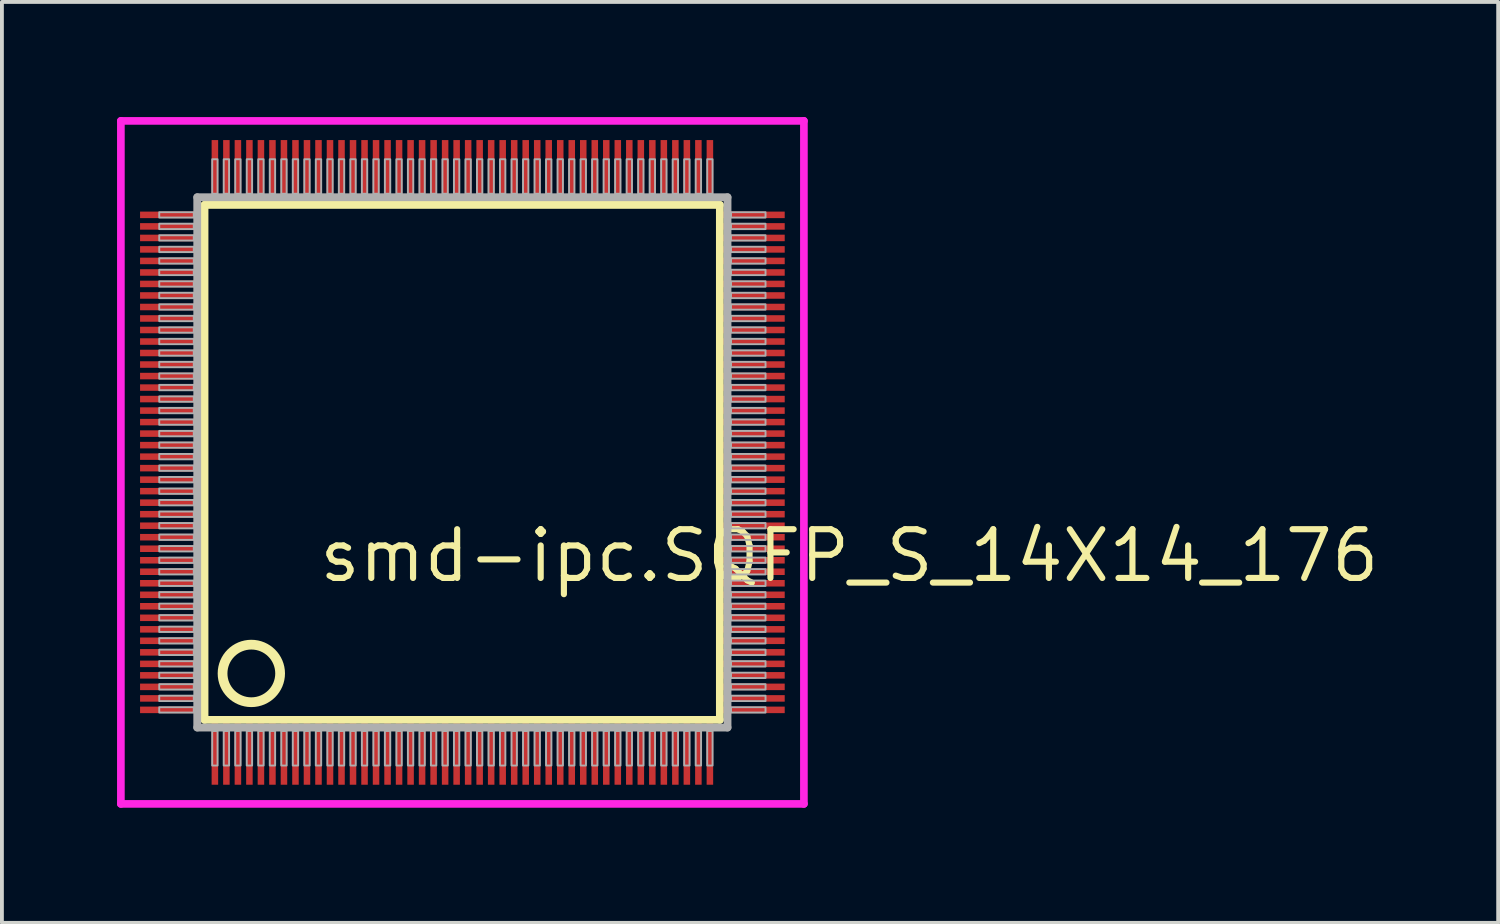
<source format=kicad_pcb>
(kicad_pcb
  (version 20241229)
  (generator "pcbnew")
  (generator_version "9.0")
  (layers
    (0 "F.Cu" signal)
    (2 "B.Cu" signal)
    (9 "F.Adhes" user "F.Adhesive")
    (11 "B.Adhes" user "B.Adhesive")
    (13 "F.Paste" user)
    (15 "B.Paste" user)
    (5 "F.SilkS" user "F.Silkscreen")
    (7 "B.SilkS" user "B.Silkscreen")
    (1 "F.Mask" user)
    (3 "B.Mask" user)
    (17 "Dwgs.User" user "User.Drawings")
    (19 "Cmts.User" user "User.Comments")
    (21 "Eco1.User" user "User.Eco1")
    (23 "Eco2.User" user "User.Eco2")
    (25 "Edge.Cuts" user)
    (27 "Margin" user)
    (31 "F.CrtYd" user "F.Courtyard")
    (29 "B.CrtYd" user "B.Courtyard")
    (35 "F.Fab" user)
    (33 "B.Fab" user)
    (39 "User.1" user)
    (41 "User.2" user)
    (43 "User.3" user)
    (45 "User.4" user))
  (footprint "smd-ipc.SQFP_S_14X14_176"
    (layer "F.Cu")
    (at 9 9)
    (property "Reference" "smd-ipc.SQFP_S_14X14_176" (at -3.81 3.175 0) (layer "F.SilkS") (effects (font (size 1.27 1.27) (thickness 0.16)) (justify left bottom)))
    (attr smd)
    (fp_line (start -6.72 -6.71) (end 6.71 -6.71) (stroke (width 0.203) (type default)) (layer "F.SilkS"))
    (fp_line (start -6.72 6.71) (end -6.72 -6.71) (stroke (width 0.203) (type default)) (layer "F.SilkS"))
    (fp_line (start 6.71 -6.71) (end 6.71 6.71) (stroke (width 0.203) (type default)) (layer "F.SilkS"))
    (fp_line (start 6.71 6.71) (end -6.72 6.71) (stroke (width 0.203) (type default)) (layer "F.SilkS"))
    (fp_circle (center -5.5 5.5) (end -4.75 5.5) (stroke (width 0.254) (type default)) (fill no) (layer "F.SilkS"))
    (fp_line (start -8.9 -8.9) (end 8.9 -8.9) (stroke (width 0.2) (type default)) (layer "F.CrtYd"))
    (fp_line (start -8.9 8.9) (end -8.9 -8.9) (stroke (width 0.2) (type default)) (layer "F.CrtYd"))
    (fp_line (start 8.9 -8.9) (end 8.9 8.9) (stroke (width 0.2) (type default)) (layer "F.CrtYd"))
    (fp_line (start 8.9 8.9) (end -8.9 8.9) (stroke (width 0.2) (type default)) (layer "F.CrtYd"))
    (fp_line (start -6.91 -6.91) (end -6.91 6.91) (stroke (width 0.203) (type default)) (layer "F.Fab"))
    (fp_line (start -6.91 6.91) (end 6.91 6.91) (stroke (width 0.203) (type default)) (layer "F.Fab"))
    (fp_line (start 6.91 -6.91) (end -6.91 -6.91) (stroke (width 0.203) (type default)) (layer "F.Fab"))
    (fp_line (start 6.91 6.91) (end 6.91 -6.91) (stroke (width 0.203) (type default)) (layer "F.Fab"))
    (fp_rect (start -7.9 -6.38) (end -7 -6.52) (stroke (width 0.05) (type default)) (fill no) (layer "F.Fab"))
    (fp_rect (start -7.9 -6.08) (end -7 -6.22) (stroke (width 0.05) (type default)) (fill no) (layer "F.Fab"))
    (fp_rect (start -7.9 -5.78) (end -7 -5.92) (stroke (width 0.05) (type default)) (fill no) (layer "F.Fab"))
    (fp_rect (start -7.9 -5.48) (end -7 -5.62) (stroke (width 0.05) (type default)) (fill no) (layer "F.Fab"))
    (fp_rect (start -7.9 -5.18) (end -7 -5.32) (stroke (width 0.05) (type default)) (fill no) (layer "F.Fab"))
    (fp_rect (start -7.9 -4.88) (end -7 -5.02) (stroke (width 0.05) (type default)) (fill no) (layer "F.Fab"))
    (fp_rect (start -7.9 -4.58) (end -7 -4.72) (stroke (width 0.05) (type default)) (fill no) (layer "F.Fab"))
    (fp_rect (start -7.9 -4.28) (end -7 -4.42) (stroke (width 0.05) (type default)) (fill no) (layer "F.Fab"))
    (fp_rect (start -7.9 -3.98) (end -7 -4.12) (stroke (width 0.05) (type default)) (fill no) (layer "F.Fab"))
    (fp_rect (start -7.9 -3.68) (end -7 -3.82) (stroke (width 0.05) (type default)) (fill no) (layer "F.Fab"))
    (fp_rect (start -7.9 -3.38) (end -7 -3.52) (stroke (width 0.05) (type default)) (fill no) (layer "F.Fab"))
    (fp_rect (start -7.9 -3.08) (end -7 -3.22) (stroke (width 0.05) (type default)) (fill no) (layer "F.Fab"))
    (fp_rect (start -7.9 -2.78) (end -7 -2.92) (stroke (width 0.05) (type default)) (fill no) (layer "F.Fab"))
    (fp_rect (start -7.9 -2.48) (end -7 -2.62) (stroke (width 0.05) (type default)) (fill no) (layer "F.Fab"))
    (fp_rect (start -7.9 -2.18) (end -7 -2.32) (stroke (width 0.05) (type default)) (fill no) (layer "F.Fab"))
    (fp_rect (start -7.9 -1.88) (end -7 -2.02) (stroke (width 0.05) (type default)) (fill no) (layer "F.Fab"))
    (fp_rect (start -7.9 -1.58) (end -7 -1.72) (stroke (width 0.05) (type default)) (fill no) (layer "F.Fab"))
    (fp_rect (start -7.9 -1.28) (end -7 -1.42) (stroke (width 0.05) (type default)) (fill no) (layer "F.Fab"))
    (fp_rect (start -7.9 -0.98) (end -7 -1.12) (stroke (width 0.05) (type default)) (fill no) (layer "F.Fab"))
    (fp_rect (start -7.9 -0.68) (end -7 -0.82) (stroke (width 0.05) (type default)) (fill no) (layer "F.Fab"))
    (fp_rect (start -7.9 -0.38) (end -7 -0.52) (stroke (width 0.05) (type default)) (fill no) (layer "F.Fab"))
    (fp_rect (start -7.9 -0.08) (end -7 -0.22) (stroke (width 0.05) (type default)) (fill no) (layer "F.Fab"))
    (fp_rect (start -7.9 0.22) (end -7 0.08) (stroke (width 0.05) (type default)) (fill no) (layer "F.Fab"))
    (fp_rect (start -7.9 0.52) (end -7 0.38) (stroke (width 0.05) (type default)) (fill no) (layer "F.Fab"))
    (fp_rect (start -7.9 0.82) (end -7 0.68) (stroke (width 0.05) (type default)) (fill no) (layer "F.Fab"))
    (fp_rect (start -7.9 1.12) (end -7 0.98) (stroke (width 0.05) (type default)) (fill no) (layer "F.Fab"))
    (fp_rect (start -7.9 1.42) (end -7 1.28) (stroke (width 0.05) (type default)) (fill no) (layer "F.Fab"))
    (fp_rect (start -7.9 1.72) (end -7 1.58) (stroke (width 0.05) (type default)) (fill no) (layer "F.Fab"))
    (fp_rect (start -7.9 2.02) (end -7 1.88) (stroke (width 0.05) (type default)) (fill no) (layer "F.Fab"))
    (fp_rect (start -7.9 2.32) (end -7 2.18) (stroke (width 0.05) (type default)) (fill no) (layer "F.Fab"))
    (fp_rect (start -7.9 2.62) (end -7 2.48) (stroke (width 0.05) (type default)) (fill no) (layer "F.Fab"))
    (fp_rect (start -7.9 2.92) (end -7 2.78) (stroke (width 0.05) (type default)) (fill no) (layer "F.Fab"))
    (fp_rect (start -7.9 3.22) (end -7 3.08) (stroke (width 0.05) (type default)) (fill no) (layer "F.Fab"))
    (fp_rect (start -7.9 3.52) (end -7 3.38) (stroke (width 0.05) (type default)) (fill no) (layer "F.Fab"))
    (fp_rect (start -7.9 3.82) (end -7 3.68) (stroke (width 0.05) (type default)) (fill no) (layer "F.Fab"))
    (fp_rect (start -7.9 4.12) (end -7 3.98) (stroke (width 0.05) (type default)) (fill no) (layer "F.Fab"))
    (fp_rect (start -7.9 4.42) (end -7 4.28) (stroke (width 0.05) (type default)) (fill no) (layer "F.Fab"))
    (fp_rect (start -7.9 4.72) (end -7 4.58) (stroke (width 0.05) (type default)) (fill no) (layer "F.Fab"))
    (fp_rect (start -7.9 5.02) (end -7 4.88) (stroke (width 0.05) (type default)) (fill no) (layer "F.Fab"))
    (fp_rect (start -7.9 5.32) (end -7 5.18) (stroke (width 0.05) (type default)) (fill no) (layer "F.Fab"))
    (fp_rect (start -7.9 5.62) (end -7 5.48) (stroke (width 0.05) (type default)) (fill no) (layer "F.Fab"))
    (fp_rect (start -7.9 5.92) (end -7 5.78) (stroke (width 0.05) (type default)) (fill no) (layer "F.Fab"))
    (fp_rect (start -7.9 6.22) (end -7 6.08) (stroke (width 0.05) (type default)) (fill no) (layer "F.Fab"))
    (fp_rect (start -7.9 6.52) (end -7 6.38) (stroke (width 0.05) (type default)) (fill no) (layer "F.Fab"))
    (fp_rect (start -6.52 -7) (end -6.38 -7.9) (stroke (width 0.05) (type default)) (fill no) (layer "F.Fab"))
    (fp_rect (start -6.52 7.9) (end -6.38 7) (stroke (width 0.05) (type default)) (fill no) (layer "F.Fab"))
    (fp_rect (start -6.22 -7) (end -6.08 -7.9) (stroke (width 0.05) (type default)) (fill no) (layer "F.Fab"))
    (fp_rect (start -6.22 7.9) (end -6.08 7) (stroke (width 0.05) (type default)) (fill no) (layer "F.Fab"))
    (fp_rect (start -5.92 -7) (end -5.78 -7.9) (stroke (width 0.05) (type default)) (fill no) (layer "F.Fab"))
    (fp_rect (start -5.92 7.9) (end -5.78 7) (stroke (width 0.05) (type default)) (fill no) (layer "F.Fab"))
    (fp_rect (start -5.62 -7) (end -5.48 -7.9) (stroke (width 0.05) (type default)) (fill no) (layer "F.Fab"))
    (fp_rect (start -5.62 7.9) (end -5.48 7) (stroke (width 0.05) (type default)) (fill no) (layer "F.Fab"))
    (fp_rect (start -5.32 -7) (end -5.18 -7.9) (stroke (width 0.05) (type default)) (fill no) (layer "F.Fab"))
    (fp_rect (start -5.32 7.9) (end -5.18 7) (stroke (width 0.05) (type default)) (fill no) (layer "F.Fab"))
    (fp_rect (start -5.02 -7) (end -4.88 -7.9) (stroke (width 0.05) (type default)) (fill no) (layer "F.Fab"))
    (fp_rect (start -5.02 7.9) (end -4.88 7) (stroke (width 0.05) (type default)) (fill no) (layer "F.Fab"))
    (fp_rect (start -4.72 -7) (end -4.58 -7.9) (stroke (width 0.05) (type default)) (fill no) (layer "F.Fab"))
    (fp_rect (start -4.72 7.9) (end -4.58 7) (stroke (width 0.05) (type default)) (fill no) (layer "F.Fab"))
    (fp_rect (start -4.42 -7) (end -4.28 -7.9) (stroke (width 0.05) (type default)) (fill no) (layer "F.Fab"))
    (fp_rect (start -4.42 7.9) (end -4.28 7) (stroke (width 0.05) (type default)) (fill no) (layer "F.Fab"))
    (fp_rect (start -4.12 -7) (end -3.98 -7.9) (stroke (width 0.05) (type default)) (fill no) (layer "F.Fab"))
    (fp_rect (start -4.12 7.9) (end -3.98 7) (stroke (width 0.05) (type default)) (fill no) (layer "F.Fab"))
    (fp_rect (start -3.82 -7) (end -3.68 -7.9) (stroke (width 0.05) (type default)) (fill no) (layer "F.Fab"))
    (fp_rect (start -3.82 7.9) (end -3.68 7) (stroke (width 0.05) (type default)) (fill no) (layer "F.Fab"))
    (fp_rect (start -3.52 -7) (end -3.38 -7.9) (stroke (width 0.05) (type default)) (fill no) (layer "F.Fab"))
    (fp_rect (start -3.52 7.9) (end -3.38 7) (stroke (width 0.05) (type default)) (fill no) (layer "F.Fab"))
    (fp_rect (start -3.22 -7) (end -3.08 -7.9) (stroke (width 0.05) (type default)) (fill no) (layer "F.Fab"))
    (fp_rect (start -3.22 7.9) (end -3.08 7) (stroke (width 0.05) (type default)) (fill no) (layer "F.Fab"))
    (fp_rect (start -2.92 -7) (end -2.78 -7.9) (stroke (width 0.05) (type default)) (fill no) (layer "F.Fab"))
    (fp_rect (start -2.92 7.9) (end -2.78 7) (stroke (width 0.05) (type default)) (fill no) (layer "F.Fab"))
    (fp_rect (start -2.62 -7) (end -2.48 -7.9) (stroke (width 0.05) (type default)) (fill no) (layer "F.Fab"))
    (fp_rect (start -2.62 7.9) (end -2.48 7) (stroke (width 0.05) (type default)) (fill no) (layer "F.Fab"))
    (fp_rect (start -2.32 -7) (end -2.18 -7.9) (stroke (width 0.05) (type default)) (fill no) (layer "F.Fab"))
    (fp_rect (start -2.32 7.9) (end -2.18 7) (stroke (width 0.05) (type default)) (fill no) (layer "F.Fab"))
    (fp_rect (start -2.02 -7) (end -1.88 -7.9) (stroke (width 0.05) (type default)) (fill no) (layer "F.Fab"))
    (fp_rect (start -2.02 7.9) (end -1.88 7) (stroke (width 0.05) (type default)) (fill no) (layer "F.Fab"))
    (fp_rect (start -1.72 -7) (end -1.58 -7.9) (stroke (width 0.05) (type default)) (fill no) (layer "F.Fab"))
    (fp_rect (start -1.72 7.9) (end -1.58 7) (stroke (width 0.05) (type default)) (fill no) (layer "F.Fab"))
    (fp_rect (start -1.42 -7) (end -1.28 -7.9) (stroke (width 0.05) (type default)) (fill no) (layer "F.Fab"))
    (fp_rect (start -1.42 7.9) (end -1.28 7) (stroke (width 0.05) (type default)) (fill no) (layer "F.Fab"))
    (fp_rect (start -1.12 -7) (end -0.98 -7.9) (stroke (width 0.05) (type default)) (fill no) (layer "F.Fab"))
    (fp_rect (start -1.12 7.9) (end -0.98 7) (stroke (width 0.05) (type default)) (fill no) (layer "F.Fab"))
    (fp_rect (start -0.82 -7) (end -0.68 -7.9) (stroke (width 0.05) (type default)) (fill no) (layer "F.Fab"))
    (fp_rect (start -0.82 7.9) (end -0.68 7) (stroke (width 0.05) (type default)) (fill no) (layer "F.Fab"))
    (fp_rect (start -0.52 -7) (end -0.38 -7.9) (stroke (width 0.05) (type default)) (fill no) (layer "F.Fab"))
    (fp_rect (start -0.52 7.9) (end -0.38 7) (stroke (width 0.05) (type default)) (fill no) (layer "F.Fab"))
    (fp_rect (start -0.22 -7) (end -0.08 -7.9) (stroke (width 0.05) (type default)) (fill no) (layer "F.Fab"))
    (fp_rect (start -0.22 7.9) (end -0.08 7) (stroke (width 0.05) (type default)) (fill no) (layer "F.Fab"))
    (fp_rect (start 0.08 -7) (end 0.22 -7.9) (stroke (width 0.05) (type default)) (fill no) (layer "F.Fab"))
    (fp_rect (start 0.08 7.9) (end 0.22 7) (stroke (width 0.05) (type default)) (fill no) (layer "F.Fab"))
    (fp_rect (start 0.38 -7) (end 0.52 -7.9) (stroke (width 0.05) (type default)) (fill no) (layer "F.Fab"))
    (fp_rect (start 0.38 7.9) (end 0.52 7) (stroke (width 0.05) (type default)) (fill no) (layer "F.Fab"))
    (fp_rect (start 0.68 -7) (end 0.82 -7.9) (stroke (width 0.05) (type default)) (fill no) (layer "F.Fab"))
    (fp_rect (start 0.68 7.9) (end 0.82 7) (stroke (width 0.05) (type default)) (fill no) (layer "F.Fab"))
    (fp_rect (start 0.98 -7) (end 1.12 -7.9) (stroke (width 0.05) (type default)) (fill no) (layer "F.Fab"))
    (fp_rect (start 0.98 7.9) (end 1.12 7) (stroke (width 0.05) (type default)) (fill no) (layer "F.Fab"))
    (fp_rect (start 1.28 -7) (end 1.42 -7.9) (stroke (width 0.05) (type default)) (fill no) (layer "F.Fab"))
    (fp_rect (start 1.28 7.9) (end 1.42 7) (stroke (width 0.05) (type default)) (fill no) (layer "F.Fab"))
    (fp_rect (start 1.58 -7) (end 1.72 -7.9) (stroke (width 0.05) (type default)) (fill no) (layer "F.Fab"))
    (fp_rect (start 1.58 7.9) (end 1.72 7) (stroke (width 0.05) (type default)) (fill no) (layer "F.Fab"))
    (fp_rect (start 1.88 -7) (end 2.02 -7.9) (stroke (width 0.05) (type default)) (fill no) (layer "F.Fab"))
    (fp_rect (start 1.88 7.9) (end 2.02 7) (stroke (width 0.05) (type default)) (fill no) (layer "F.Fab"))
    (fp_rect (start 2.18 -7) (end 2.32 -7.9) (stroke (width 0.05) (type default)) (fill no) (layer "F.Fab"))
    (fp_rect (start 2.18 7.9) (end 2.32 7) (stroke (width 0.05) (type default)) (fill no) (layer "F.Fab"))
    (fp_rect (start 2.48 -7) (end 2.62 -7.9) (stroke (width 0.05) (type default)) (fill no) (layer "F.Fab"))
    (fp_rect (start 2.48 7.9) (end 2.62 7) (stroke (width 0.05) (type default)) (fill no) (layer "F.Fab"))
    (fp_rect (start 2.78 -7) (end 2.92 -7.9) (stroke (width 0.05) (type default)) (fill no) (layer "F.Fab"))
    (fp_rect (start 2.78 7.9) (end 2.92 7) (stroke (width 0.05) (type default)) (fill no) (layer "F.Fab"))
    (fp_rect (start 3.08 -7) (end 3.22 -7.9) (stroke (width 0.05) (type default)) (fill no) (layer "F.Fab"))
    (fp_rect (start 3.08 7.9) (end 3.22 7) (stroke (width 0.05) (type default)) (fill no) (layer "F.Fab"))
    (fp_rect (start 3.38 -7) (end 3.52 -7.9) (stroke (width 0.05) (type default)) (fill no) (layer "F.Fab"))
    (fp_rect (start 3.38 7.9) (end 3.52 7) (stroke (width 0.05) (type default)) (fill no) (layer "F.Fab"))
    (fp_rect (start 3.68 -7) (end 3.82 -7.9) (stroke (width 0.05) (type default)) (fill no) (layer "F.Fab"))
    (fp_rect (start 3.68 7.9) (end 3.82 7) (stroke (width 0.05) (type default)) (fill no) (layer "F.Fab"))
    (fp_rect (start 3.98 -7) (end 4.12 -7.9) (stroke (width 0.05) (type default)) (fill no) (layer "F.Fab"))
    (fp_rect (start 3.98 7.9) (end 4.12 7) (stroke (width 0.05) (type default)) (fill no) (layer "F.Fab"))
    (fp_rect (start 4.28 -7) (end 4.42 -7.9) (stroke (width 0.05) (type default)) (fill no) (layer "F.Fab"))
    (fp_rect (start 4.28 7.9) (end 4.42 7) (stroke (width 0.05) (type default)) (fill no) (layer "F.Fab"))
    (fp_rect (start 4.58 -7) (end 4.72 -7.9) (stroke (width 0.05) (type default)) (fill no) (layer "F.Fab"))
    (fp_rect (start 4.58 7.9) (end 4.72 7) (stroke (width 0.05) (type default)) (fill no) (layer "F.Fab"))
    (fp_rect (start 4.88 -7) (end 5.02 -7.9) (stroke (width 0.05) (type default)) (fill no) (layer "F.Fab"))
    (fp_rect (start 4.88 7.9) (end 5.02 7) (stroke (width 0.05) (type default)) (fill no) (layer "F.Fab"))
    (fp_rect (start 5.18 -7) (end 5.32 -7.9) (stroke (width 0.05) (type default)) (fill no) (layer "F.Fab"))
    (fp_rect (start 5.18 7.9) (end 5.32 7) (stroke (width 0.05) (type default)) (fill no) (layer "F.Fab"))
    (fp_rect (start 5.48 -7) (end 5.62 -7.9) (stroke (width 0.05) (type default)) (fill no) (layer "F.Fab"))
    (fp_rect (start 5.48 7.9) (end 5.62 7) (stroke (width 0.05) (type default)) (fill no) (layer "F.Fab"))
    (fp_rect (start 5.78 -7) (end 5.92 -7.9) (stroke (width 0.05) (type default)) (fill no) (layer "F.Fab"))
    (fp_rect (start 5.78 7.9) (end 5.92 7) (stroke (width 0.05) (type default)) (fill no) (layer "F.Fab"))
    (fp_rect (start 6.08 -7) (end 6.22 -7.9) (stroke (width 0.05) (type default)) (fill no) (layer "F.Fab"))
    (fp_rect (start 6.08 7.9) (end 6.22 7) (stroke (width 0.05) (type default)) (fill no) (layer "F.Fab"))
    (fp_rect (start 6.38 -7) (end 6.52 -7.9) (stroke (width 0.05) (type default)) (fill no) (layer "F.Fab"))
    (fp_rect (start 6.38 7.9) (end 6.52 7) (stroke (width 0.05) (type default)) (fill no) (layer "F.Fab"))
    (fp_rect (start 7 -6.38) (end 7.9 -6.52) (stroke (width 0.05) (type default)) (fill no) (layer "F.Fab"))
    (fp_rect (start 7 -6.08) (end 7.9 -6.22) (stroke (width 0.05) (type default)) (fill no) (layer "F.Fab"))
    (fp_rect (start 7 -5.78) (end 7.9 -5.92) (stroke (width 0.05) (type default)) (fill no) (layer "F.Fab"))
    (fp_rect (start 7 -5.48) (end 7.9 -5.62) (stroke (width 0.05) (type default)) (fill no) (layer "F.Fab"))
    (fp_rect (start 7 -5.18) (end 7.9 -5.32) (stroke (width 0.05) (type default)) (fill no) (layer "F.Fab"))
    (fp_rect (start 7 -4.88) (end 7.9 -5.02) (stroke (width 0.05) (type default)) (fill no) (layer "F.Fab"))
    (fp_rect (start 7 -4.58) (end 7.9 -4.72) (stroke (width 0.05) (type default)) (fill no) (layer "F.Fab"))
    (fp_rect (start 7 -4.28) (end 7.9 -4.42) (stroke (width 0.05) (type default)) (fill no) (layer "F.Fab"))
    (fp_rect (start 7 -3.98) (end 7.9 -4.12) (stroke (width 0.05) (type default)) (fill no) (layer "F.Fab"))
    (fp_rect (start 7 -3.68) (end 7.9 -3.82) (stroke (width 0.05) (type default)) (fill no) (layer "F.Fab"))
    (fp_rect (start 7 -3.38) (end 7.9 -3.52) (stroke (width 0.05) (type default)) (fill no) (layer "F.Fab"))
    (fp_rect (start 7 -3.08) (end 7.9 -3.22) (stroke (width 0.05) (type default)) (fill no) (layer "F.Fab"))
    (fp_rect (start 7 -2.78) (end 7.9 -2.92) (stroke (width 0.05) (type default)) (fill no) (layer "F.Fab"))
    (fp_rect (start 7 -2.48) (end 7.9 -2.62) (stroke (width 0.05) (type default)) (fill no) (layer "F.Fab"))
    (fp_rect (start 7 -2.18) (end 7.9 -2.32) (stroke (width 0.05) (type default)) (fill no) (layer "F.Fab"))
    (fp_rect (start 7 -1.88) (end 7.9 -2.02) (stroke (width 0.05) (type default)) (fill no) (layer "F.Fab"))
    (fp_rect (start 7 -1.58) (end 7.9 -1.72) (stroke (width 0.05) (type default)) (fill no) (layer "F.Fab"))
    (fp_rect (start 7 -1.28) (end 7.9 -1.42) (stroke (width 0.05) (type default)) (fill no) (layer "F.Fab"))
    (fp_rect (start 7 -0.98) (end 7.9 -1.12) (stroke (width 0.05) (type default)) (fill no) (layer "F.Fab"))
    (fp_rect (start 7 -0.68) (end 7.9 -0.82) (stroke (width 0.05) (type default)) (fill no) (layer "F.Fab"))
    (fp_rect (start 7 -0.38) (end 7.9 -0.52) (stroke (width 0.05) (type default)) (fill no) (layer "F.Fab"))
    (fp_rect (start 7 -0.08) (end 7.9 -0.22) (stroke (width 0.05) (type default)) (fill no) (layer "F.Fab"))
    (fp_rect (start 7 0.22) (end 7.9 0.08) (stroke (width 0.05) (type default)) (fill no) (layer "F.Fab"))
    (fp_rect (start 7 0.52) (end 7.9 0.38) (stroke (width 0.05) (type default)) (fill no) (layer "F.Fab"))
    (fp_rect (start 7 0.82) (end 7.9 0.68) (stroke (width 0.05) (type default)) (fill no) (layer "F.Fab"))
    (fp_rect (start 7 1.12) (end 7.9 0.98) (stroke (width 0.05) (type default)) (fill no) (layer "F.Fab"))
    (fp_rect (start 7 1.42) (end 7.9 1.28) (stroke (width 0.05) (type default)) (fill no) (layer "F.Fab"))
    (fp_rect (start 7 1.72) (end 7.9 1.58) (stroke (width 0.05) (type default)) (fill no) (layer "F.Fab"))
    (fp_rect (start 7 2.02) (end 7.9 1.88) (stroke (width 0.05) (type default)) (fill no) (layer "F.Fab"))
    (fp_rect (start 7 2.32) (end 7.9 2.18) (stroke (width 0.05) (type default)) (fill no) (layer "F.Fab"))
    (fp_rect (start 7 2.62) (end 7.9 2.48) (stroke (width 0.05) (type default)) (fill no) (layer "F.Fab"))
    (fp_rect (start 7 2.92) (end 7.9 2.78) (stroke (width 0.05) (type default)) (fill no) (layer "F.Fab"))
    (fp_rect (start 7 3.22) (end 7.9 3.08) (stroke (width 0.05) (type default)) (fill no) (layer "F.Fab"))
    (fp_rect (start 7 3.52) (end 7.9 3.38) (stroke (width 0.05) (type default)) (fill no) (layer "F.Fab"))
    (fp_rect (start 7 3.82) (end 7.9 3.68) (stroke (width 0.05) (type default)) (fill no) (layer "F.Fab"))
    (fp_rect (start 7 4.12) (end 7.9 3.98) (stroke (width 0.05) (type default)) (fill no) (layer "F.Fab"))
    (fp_rect (start 7 4.42) (end 7.9 4.28) (stroke (width 0.05) (type default)) (fill no) (layer "F.Fab"))
    (fp_rect (start 7 4.72) (end 7.9 4.58) (stroke (width 0.05) (type default)) (fill no) (layer "F.Fab"))
    (fp_rect (start 7 5.02) (end 7.9 4.88) (stroke (width 0.05) (type default)) (fill no) (layer "F.Fab"))
    (fp_rect (start 7 5.32) (end 7.9 5.18) (stroke (width 0.05) (type default)) (fill no) (layer "F.Fab"))
    (fp_rect (start 7 5.62) (end 7.9 5.48) (stroke (width 0.05) (type default)) (fill no) (layer "F.Fab"))
    (fp_rect (start 7 5.92) (end 7.9 5.78) (stroke (width 0.05) (type default)) (fill no) (layer "F.Fab"))
    (fp_rect (start 7 6.22) (end 7.9 6.08) (stroke (width 0.05) (type default)) (fill no) (layer "F.Fab"))
    (fp_rect (start 7 6.52) (end 7.9 6.38) (stroke (width 0.05) (type default)) (fill no) (layer "F.Fab"))
    (pad "1" smd roundrect (at -6.45 7.6) (size 0.17 1.6) (layers "F.Cu" "F.Mask" "F.Paste") (roundrect_rratio 0.01))
    (pad "2" smd roundrect (at -6.15 7.6) (size 0.17 1.6) (layers "F.Cu" "F.Mask" "F.Paste") (roundrect_rratio 0.01))
    (pad "3" smd roundrect (at -5.85 7.6) (size 0.17 1.6) (layers "F.Cu" "F.Mask" "F.Paste") (roundrect_rratio 0.01))
    (pad "4" smd roundrect (at -5.55 7.6) (size 0.17 1.6) (layers "F.Cu" "F.Mask" "F.Paste") (roundrect_rratio 0.01))
    (pad "5" smd roundrect (at -5.25 7.6) (size 0.17 1.6) (layers "F.Cu" "F.Mask" "F.Paste") (roundrect_rratio 0.01))
    (pad "6" smd roundrect (at -4.95 7.6) (size 0.17 1.6) (layers "F.Cu" "F.Mask" "F.Paste") (roundrect_rratio 0.01))
    (pad "7" smd roundrect (at -4.65 7.6) (size 0.17 1.6) (layers "F.Cu" "F.Mask" "F.Paste") (roundrect_rratio 0.01))
    (pad "8" smd roundrect (at -4.35 7.6) (size 0.17 1.6) (layers "F.Cu" "F.Mask" "F.Paste") (roundrect_rratio 0.01))
    (pad "9" smd roundrect (at -4.05 7.6) (size 0.17 1.6) (layers "F.Cu" "F.Mask" "F.Paste") (roundrect_rratio 0.01))
    (pad "10" smd roundrect (at -3.75 7.6) (size 0.17 1.6) (layers "F.Cu" "F.Mask" "F.Paste") (roundrect_rratio 0.01))
    (pad "11" smd roundrect (at -3.45 7.6) (size 0.17 1.6) (layers "F.Cu" "F.Mask" "F.Paste") (roundrect_rratio 0.01))
    (pad "12" smd roundrect (at -3.15 7.6) (size 0.17 1.6) (layers "F.Cu" "F.Mask" "F.Paste") (roundrect_rratio 0.01))
    (pad "13" smd roundrect (at -2.85 7.6) (size 0.17 1.6) (layers "F.Cu" "F.Mask" "F.Paste") (roundrect_rratio 0.01))
    (pad "14" smd roundrect (at -2.55 7.6) (size 0.17 1.6) (layers "F.Cu" "F.Mask" "F.Paste") (roundrect_rratio 0.01))
    (pad "15" smd roundrect (at -2.25 7.6) (size 0.17 1.6) (layers "F.Cu" "F.Mask" "F.Paste") (roundrect_rratio 0.01))
    (pad "16" smd roundrect (at -1.95 7.6) (size 0.17 1.6) (layers "F.Cu" "F.Mask" "F.Paste") (roundrect_rratio 0.01))
    (pad "17" smd roundrect (at -1.65 7.6) (size 0.17 1.6) (layers "F.Cu" "F.Mask" "F.Paste") (roundrect_rratio 0.01))
    (pad "18" smd roundrect (at -1.35 7.6) (size 0.17 1.6) (layers "F.Cu" "F.Mask" "F.Paste") (roundrect_rratio 0.01))
    (pad "19" smd roundrect (at -1.05 7.6) (size 0.17 1.6) (layers "F.Cu" "F.Mask" "F.Paste") (roundrect_rratio 0.01))
    (pad "20" smd roundrect (at -0.75 7.6) (size 0.17 1.6) (layers "F.Cu" "F.Mask" "F.Paste") (roundrect_rratio 0.01))
    (pad "21" smd roundrect (at -0.45 7.6) (size 0.17 1.6) (layers "F.Cu" "F.Mask" "F.Paste") (roundrect_rratio 0.01))
    (pad "22" smd roundrect (at -0.15 7.6) (size 0.17 1.6) (layers "F.Cu" "F.Mask" "F.Paste") (roundrect_rratio 0.01))
    (pad "23" smd roundrect (at 0.15 7.6) (size 0.17 1.6) (layers "F.Cu" "F.Mask" "F.Paste") (roundrect_rratio 0.01))
    (pad "24" smd roundrect (at 0.45 7.6) (size 0.17 1.6) (layers "F.Cu" "F.Mask" "F.Paste") (roundrect_rratio 0.01))
    (pad "25" smd roundrect (at 0.75 7.6) (size 0.17 1.6) (layers "F.Cu" "F.Mask" "F.Paste") (roundrect_rratio 0.01))
    (pad "26" smd roundrect (at 1.05 7.6) (size 0.17 1.6) (layers "F.Cu" "F.Mask" "F.Paste") (roundrect_rratio 0.01))
    (pad "27" smd roundrect (at 1.35 7.6) (size 0.17 1.6) (layers "F.Cu" "F.Mask" "F.Paste") (roundrect_rratio 0.01))
    (pad "28" smd roundrect (at 1.65 7.6) (size 0.17 1.6) (layers "F.Cu" "F.Mask" "F.Paste") (roundrect_rratio 0.01))
    (pad "29" smd roundrect (at 1.95 7.6) (size 0.17 1.6) (layers "F.Cu" "F.Mask" "F.Paste") (roundrect_rratio 0.01))
    (pad "30" smd roundrect (at 2.25 7.6) (size 0.17 1.6) (layers "F.Cu" "F.Mask" "F.Paste") (roundrect_rratio 0.01))
    (pad "31" smd roundrect (at 2.55 7.6) (size 0.17 1.6) (layers "F.Cu" "F.Mask" "F.Paste") (roundrect_rratio 0.01))
    (pad "32" smd roundrect (at 2.85 7.6) (size 0.17 1.6) (layers "F.Cu" "F.Mask" "F.Paste") (roundrect_rratio 0.01))
    (pad "33" smd roundrect (at 3.15 7.6) (size 0.17 1.6) (layers "F.Cu" "F.Mask" "F.Paste") (roundrect_rratio 0.01))
    (pad "34" smd roundrect (at 3.45 7.6) (size 0.17 1.6) (layers "F.Cu" "F.Mask" "F.Paste") (roundrect_rratio 0.01))
    (pad "35" smd roundrect (at 3.75 7.6) (size 0.17 1.6) (layers "F.Cu" "F.Mask" "F.Paste") (roundrect_rratio 0.01))
    (pad "36" smd roundrect (at 4.05 7.6) (size 0.17 1.6) (layers "F.Cu" "F.Mask" "F.Paste") (roundrect_rratio 0.01))
    (pad "37" smd roundrect (at 4.35 7.6) (size 0.17 1.6) (layers "F.Cu" "F.Mask" "F.Paste") (roundrect_rratio 0.01))
    (pad "38" smd roundrect (at 4.65 7.6) (size 0.17 1.6) (layers "F.Cu" "F.Mask" "F.Paste") (roundrect_rratio 0.01))
    (pad "39" smd roundrect (at 4.95 7.6) (size 0.17 1.6) (layers "F.Cu" "F.Mask" "F.Paste") (roundrect_rratio 0.01))
    (pad "40" smd roundrect (at 5.25 7.6) (size 0.17 1.6) (layers "F.Cu" "F.Mask" "F.Paste") (roundrect_rratio 0.01))
    (pad "41" smd roundrect (at 5.55 7.6) (size 0.17 1.6) (layers "F.Cu" "F.Mask" "F.Paste") (roundrect_rratio 0.01))
    (pad "42" smd roundrect (at 5.85 7.6) (size 0.17 1.6) (layers "F.Cu" "F.Mask" "F.Paste") (roundrect_rratio 0.01))
    (pad "43" smd roundrect (at 6.15 7.6) (size 0.17 1.6) (layers "F.Cu" "F.Mask" "F.Paste") (roundrect_rratio 0.01))
    (pad "44" smd roundrect (at 6.45 7.6) (size 0.17 1.6) (layers "F.Cu" "F.Mask" "F.Paste") (roundrect_rratio 0.01))
    (pad "45" smd roundrect (at 7.6 6.45) (size 1.6 0.17) (layers "F.Cu" "F.Mask" "F.Paste") (roundrect_rratio 0.01))
    (pad "46" smd roundrect (at 7.6 6.15) (size 1.6 0.17) (layers "F.Cu" "F.Mask" "F.Paste") (roundrect_rratio 0.01))
    (pad "47" smd roundrect (at 7.6 5.85) (size 1.6 0.17) (layers "F.Cu" "F.Mask" "F.Paste") (roundrect_rratio 0.01))
    (pad "48" smd roundrect (at 7.6 5.55) (size 1.6 0.17) (layers "F.Cu" "F.Mask" "F.Paste") (roundrect_rratio 0.01))
    (pad "49" smd roundrect (at 7.6 5.25) (size 1.6 0.17) (layers "F.Cu" "F.Mask" "F.Paste") (roundrect_rratio 0.01))
    (pad "50" smd roundrect (at 7.6 4.95) (size 1.6 0.17) (layers "F.Cu" "F.Mask" "F.Paste") (roundrect_rratio 0.01))
    (pad "51" smd roundrect (at 7.6 4.65) (size 1.6 0.17) (layers "F.Cu" "F.Mask" "F.Paste") (roundrect_rratio 0.01))
    (pad "52" smd roundrect (at 7.6 4.35) (size 1.6 0.17) (layers "F.Cu" "F.Mask" "F.Paste") (roundrect_rratio 0.01))
    (pad "53" smd roundrect (at 7.6 4.05) (size 1.6 0.17) (layers "F.Cu" "F.Mask" "F.Paste") (roundrect_rratio 0.01))
    (pad "54" smd roundrect (at 7.6 3.75) (size 1.6 0.17) (layers "F.Cu" "F.Mask" "F.Paste") (roundrect_rratio 0.01))
    (pad "55" smd roundrect (at 7.6 3.45) (size 1.6 0.17) (layers "F.Cu" "F.Mask" "F.Paste") (roundrect_rratio 0.01))
    (pad "56" smd roundrect (at 7.6 3.15) (size 1.6 0.17) (layers "F.Cu" "F.Mask" "F.Paste") (roundrect_rratio 0.01))
    (pad "57" smd roundrect (at 7.6 2.85) (size 1.6 0.17) (layers "F.Cu" "F.Mask" "F.Paste") (roundrect_rratio 0.01))
    (pad "58" smd roundrect (at 7.6 2.55) (size 1.6 0.17) (layers "F.Cu" "F.Mask" "F.Paste") (roundrect_rratio 0.01))
    (pad "59" smd roundrect (at 7.6 2.25) (size 1.6 0.17) (layers "F.Cu" "F.Mask" "F.Paste") (roundrect_rratio 0.01))
    (pad "60" smd roundrect (at 7.6 1.95) (size 1.6 0.17) (layers "F.Cu" "F.Mask" "F.Paste") (roundrect_rratio 0.01))
    (pad "61" smd roundrect (at 7.6 1.65) (size 1.6 0.17) (layers "F.Cu" "F.Mask" "F.Paste") (roundrect_rratio 0.01))
    (pad "62" smd roundrect (at 7.6 1.35) (size 1.6 0.17) (layers "F.Cu" "F.Mask" "F.Paste") (roundrect_rratio 0.01))
    (pad "63" smd roundrect (at 7.6 1.05) (size 1.6 0.17) (layers "F.Cu" "F.Mask" "F.Paste") (roundrect_rratio 0.01))
    (pad "64" smd roundrect (at 7.6 0.75) (size 1.6 0.17) (layers "F.Cu" "F.Mask" "F.Paste") (roundrect_rratio 0.01))
    (pad "65" smd roundrect (at 7.6 0.45) (size 1.6 0.17) (layers "F.Cu" "F.Mask" "F.Paste") (roundrect_rratio 0.01))
    (pad "66" smd roundrect (at 7.6 0.15) (size 1.6 0.17) (layers "F.Cu" "F.Mask" "F.Paste") (roundrect_rratio 0.01))
    (pad "67" smd roundrect (at 7.6 -0.15) (size 1.6 0.17) (layers "F.Cu" "F.Mask" "F.Paste") (roundrect_rratio 0.01))
    (pad "68" smd roundrect (at 7.6 -0.45) (size 1.6 0.17) (layers "F.Cu" "F.Mask" "F.Paste") (roundrect_rratio 0.01))
    (pad "69" smd roundrect (at 7.6 -0.75) (size 1.6 0.17) (layers "F.Cu" "F.Mask" "F.Paste") (roundrect_rratio 0.01))
    (pad "70" smd roundrect (at 7.6 -1.05) (size 1.6 0.17) (layers "F.Cu" "F.Mask" "F.Paste") (roundrect_rratio 0.01))
    (pad "71" smd roundrect (at 7.6 -1.35) (size 1.6 0.17) (layers "F.Cu" "F.Mask" "F.Paste") (roundrect_rratio 0.01))
    (pad "72" smd roundrect (at 7.6 -1.65) (size 1.6 0.17) (layers "F.Cu" "F.Mask" "F.Paste") (roundrect_rratio 0.01))
    (pad "73" smd roundrect (at 7.6 -1.95) (size 1.6 0.17) (layers "F.Cu" "F.Mask" "F.Paste") (roundrect_rratio 0.01))
    (pad "74" smd roundrect (at 7.6 -2.25) (size 1.6 0.17) (layers "F.Cu" "F.Mask" "F.Paste") (roundrect_rratio 0.01))
    (pad "75" smd roundrect (at 7.6 -2.55) (size 1.6 0.17) (layers "F.Cu" "F.Mask" "F.Paste") (roundrect_rratio 0.01))
    (pad "76" smd roundrect (at 7.6 -2.85) (size 1.6 0.17) (layers "F.Cu" "F.Mask" "F.Paste") (roundrect_rratio 0.01))
    (pad "77" smd roundrect (at 7.6 -3.15) (size 1.6 0.17) (layers "F.Cu" "F.Mask" "F.Paste") (roundrect_rratio 0.01))
    (pad "78" smd roundrect (at 7.6 -3.45) (size 1.6 0.17) (layers "F.Cu" "F.Mask" "F.Paste") (roundrect_rratio 0.01))
    (pad "79" smd roundrect (at 7.6 -3.75) (size 1.6 0.17) (layers "F.Cu" "F.Mask" "F.Paste") (roundrect_rratio 0.01))
    (pad "80" smd roundrect (at 7.6 -4.05) (size 1.6 0.17) (layers "F.Cu" "F.Mask" "F.Paste") (roundrect_rratio 0.01))
    (pad "81" smd roundrect (at 7.6 -4.35) (size 1.6 0.17) (layers "F.Cu" "F.Mask" "F.Paste") (roundrect_rratio 0.01))
    (pad "82" smd roundrect (at 7.6 -4.65) (size 1.6 0.17) (layers "F.Cu" "F.Mask" "F.Paste") (roundrect_rratio 0.01))
    (pad "83" smd roundrect (at 7.6 -4.95) (size 1.6 0.17) (layers "F.Cu" "F.Mask" "F.Paste") (roundrect_rratio 0.01))
    (pad "84" smd roundrect (at 7.6 -5.25) (size 1.6 0.17) (layers "F.Cu" "F.Mask" "F.Paste") (roundrect_rratio 0.01))
    (pad "85" smd roundrect (at 7.6 -5.55) (size 1.6 0.17) (layers "F.Cu" "F.Mask" "F.Paste") (roundrect_rratio 0.01))
    (pad "86" smd roundrect (at 7.6 -5.85) (size 1.6 0.17) (layers "F.Cu" "F.Mask" "F.Paste") (roundrect_rratio 0.01))
    (pad "87" smd roundrect (at 7.6 -6.15) (size 1.6 0.17) (layers "F.Cu" "F.Mask" "F.Paste") (roundrect_rratio 0.01))
    (pad "88" smd roundrect (at 7.6 -6.45) (size 1.6 0.17) (layers "F.Cu" "F.Mask" "F.Paste") (roundrect_rratio 0.01))
    (pad "89" smd roundrect (at 6.45 -7.6) (size 0.17 1.6) (layers "F.Cu" "F.Mask" "F.Paste") (roundrect_rratio 0.01))
    (pad "90" smd roundrect (at 6.15 -7.6) (size 0.17 1.6) (layers "F.Cu" "F.Mask" "F.Paste") (roundrect_rratio 0.01))
    (pad "91" smd roundrect (at 5.85 -7.6) (size 0.17 1.6) (layers "F.Cu" "F.Mask" "F.Paste") (roundrect_rratio 0.01))
    (pad "92" smd roundrect (at 5.55 -7.6) (size 0.17 1.6) (layers "F.Cu" "F.Mask" "F.Paste") (roundrect_rratio 0.01))
    (pad "93" smd roundrect (at 5.25 -7.6) (size 0.17 1.6) (layers "F.Cu" "F.Mask" "F.Paste") (roundrect_rratio 0.01))
    (pad "94" smd roundrect (at 4.95 -7.6) (size 0.17 1.6) (layers "F.Cu" "F.Mask" "F.Paste") (roundrect_rratio 0.01))
    (pad "95" smd roundrect (at 4.65 -7.6) (size 0.17 1.6) (layers "F.Cu" "F.Mask" "F.Paste") (roundrect_rratio 0.01))
    (pad "96" smd roundrect (at 4.35 -7.6) (size 0.17 1.6) (layers "F.Cu" "F.Mask" "F.Paste") (roundrect_rratio 0.01))
    (pad "97" smd roundrect (at 4.05 -7.6) (size 0.17 1.6) (layers "F.Cu" "F.Mask" "F.Paste") (roundrect_rratio 0.01))
    (pad "98" smd roundrect (at 3.75 -7.6) (size 0.17 1.6) (layers "F.Cu" "F.Mask" "F.Paste") (roundrect_rratio 0.01))
    (pad "99" smd roundrect (at 3.45 -7.6) (size 0.17 1.6) (layers "F.Cu" "F.Mask" "F.Paste") (roundrect_rratio 0.01))
    (pad "100" smd roundrect (at 3.15 -7.6) (size 0.17 1.6) (layers "F.Cu" "F.Mask" "F.Paste") (roundrect_rratio 0.01))
    (pad "101" smd roundrect (at 2.85 -7.6) (size 0.17 1.6) (layers "F.Cu" "F.Mask" "F.Paste") (roundrect_rratio 0.01))
    (pad "102" smd roundrect (at 2.55 -7.6) (size 0.17 1.6) (layers "F.Cu" "F.Mask" "F.Paste") (roundrect_rratio 0.01))
    (pad "103" smd roundrect (at 2.25 -7.6) (size 0.17 1.6) (layers "F.Cu" "F.Mask" "F.Paste") (roundrect_rratio 0.01))
    (pad "104" smd roundrect (at 1.95 -7.6) (size 0.17 1.6) (layers "F.Cu" "F.Mask" "F.Paste") (roundrect_rratio 0.01))
    (pad "105" smd roundrect (at 1.65 -7.6) (size 0.17 1.6) (layers "F.Cu" "F.Mask" "F.Paste") (roundrect_rratio 0.01))
    (pad "106" smd roundrect (at 1.35 -7.6) (size 0.17 1.6) (layers "F.Cu" "F.Mask" "F.Paste") (roundrect_rratio 0.01))
    (pad "107" smd roundrect (at 1.05 -7.6) (size 0.17 1.6) (layers "F.Cu" "F.Mask" "F.Paste") (roundrect_rratio 0.01))
    (pad "108" smd roundrect (at 0.75 -7.6) (size 0.17 1.6) (layers "F.Cu" "F.Mask" "F.Paste") (roundrect_rratio 0.01))
    (pad "109" smd roundrect (at 0.45 -7.6) (size 0.17 1.6) (layers "F.Cu" "F.Mask" "F.Paste") (roundrect_rratio 0.01))
    (pad "110" smd roundrect (at 0.15 -7.6) (size 0.17 1.6) (layers "F.Cu" "F.Mask" "F.Paste") (roundrect_rratio 0.01))
    (pad "111" smd roundrect (at -0.15 -7.6) (size 0.17 1.6) (layers "F.Cu" "F.Mask" "F.Paste") (roundrect_rratio 0.01))
    (pad "112" smd roundrect (at -0.45 -7.6) (size 0.17 1.6) (layers "F.Cu" "F.Mask" "F.Paste") (roundrect_rratio 0.01))
    (pad "113" smd roundrect (at -0.75 -7.6) (size 0.17 1.6) (layers "F.Cu" "F.Mask" "F.Paste") (roundrect_rratio 0.01))
    (pad "114" smd roundrect (at -1.05 -7.6) (size 0.17 1.6) (layers "F.Cu" "F.Mask" "F.Paste") (roundrect_rratio 0.01))
    (pad "115" smd roundrect (at -1.35 -7.6) (size 0.17 1.6) (layers "F.Cu" "F.Mask" "F.Paste") (roundrect_rratio 0.01))
    (pad "116" smd roundrect (at -1.65 -7.6) (size 0.17 1.6) (layers "F.Cu" "F.Mask" "F.Paste") (roundrect_rratio 0.01))
    (pad "117" smd roundrect (at -1.95 -7.6) (size 0.17 1.6) (layers "F.Cu" "F.Mask" "F.Paste") (roundrect_rratio 0.01))
    (pad "118" smd roundrect (at -2.25 -7.6) (size 0.17 1.6) (layers "F.Cu" "F.Mask" "F.Paste") (roundrect_rratio 0.01))
    (pad "119" smd roundrect (at -2.55 -7.6) (size 0.17 1.6) (layers "F.Cu" "F.Mask" "F.Paste") (roundrect_rratio 0.01))
    (pad "120" smd roundrect (at -2.85 -7.6) (size 0.17 1.6) (layers "F.Cu" "F.Mask" "F.Paste") (roundrect_rratio 0.01))
    (pad "121" smd roundrect (at -3.15 -7.6) (size 0.17 1.6) (layers "F.Cu" "F.Mask" "F.Paste") (roundrect_rratio 0.01))
    (pad "122" smd roundrect (at -3.45 -7.6) (size 0.17 1.6) (layers "F.Cu" "F.Mask" "F.Paste") (roundrect_rratio 0.01))
    (pad "123" smd roundrect (at -3.75 -7.6) (size 0.17 1.6) (layers "F.Cu" "F.Mask" "F.Paste") (roundrect_rratio 0.01))
    (pad "124" smd roundrect (at -4.05 -7.6) (size 0.17 1.6) (layers "F.Cu" "F.Mask" "F.Paste") (roundrect_rratio 0.01))
    (pad "125" smd roundrect (at -4.35 -7.6) (size 0.17 1.6) (layers "F.Cu" "F.Mask" "F.Paste") (roundrect_rratio 0.01))
    (pad "126" smd roundrect (at -4.65 -7.6) (size 0.17 1.6) (layers "F.Cu" "F.Mask" "F.Paste") (roundrect_rratio 0.01))
    (pad "127" smd roundrect (at -4.95 -7.6) (size 0.17 1.6) (layers "F.Cu" "F.Mask" "F.Paste") (roundrect_rratio 0.01))
    (pad "128" smd roundrect (at -5.25 -7.6) (size 0.17 1.6) (layers "F.Cu" "F.Mask" "F.Paste") (roundrect_rratio 0.01))
    (pad "129" smd roundrect (at -5.55 -7.6) (size 0.17 1.6) (layers "F.Cu" "F.Mask" "F.Paste") (roundrect_rratio 0.01))
    (pad "130" smd roundrect (at -5.85 -7.6) (size 0.17 1.6) (layers "F.Cu" "F.Mask" "F.Paste") (roundrect_rratio 0.01))
    (pad "131" smd roundrect (at -6.15 -7.6) (size 0.17 1.6) (layers "F.Cu" "F.Mask" "F.Paste") (roundrect_rratio 0.01))
    (pad "132" smd roundrect (at -6.45 -7.6) (size 0.17 1.6) (layers "F.Cu" "F.Mask" "F.Paste") (roundrect_rratio 0.01))
    (pad "133" smd roundrect (at -7.6 -6.45) (size 1.6 0.17) (layers "F.Cu" "F.Mask" "F.Paste") (roundrect_rratio 0.01))
    (pad "134" smd roundrect (at -7.6 -6.15) (size 1.6 0.17) (layers "F.Cu" "F.Mask" "F.Paste") (roundrect_rratio 0.01))
    (pad "135" smd roundrect (at -7.6 -5.85) (size 1.6 0.17) (layers "F.Cu" "F.Mask" "F.Paste") (roundrect_rratio 0.01))
    (pad "136" smd roundrect (at -7.6 -5.55) (size 1.6 0.17) (layers "F.Cu" "F.Mask" "F.Paste") (roundrect_rratio 0.01))
    (pad "137" smd roundrect (at -7.6 -5.25) (size 1.6 0.17) (layers "F.Cu" "F.Mask" "F.Paste") (roundrect_rratio 0.01))
    (pad "138" smd roundrect (at -7.6 -4.95) (size 1.6 0.17) (layers "F.Cu" "F.Mask" "F.Paste") (roundrect_rratio 0.01))
    (pad "139" smd roundrect (at -7.6 -4.65) (size 1.6 0.17) (layers "F.Cu" "F.Mask" "F.Paste") (roundrect_rratio 0.01))
    (pad "140" smd roundrect (at -7.6 -4.35) (size 1.6 0.17) (layers "F.Cu" "F.Mask" "F.Paste") (roundrect_rratio 0.01))
    (pad "141" smd roundrect (at -7.6 -4.05) (size 1.6 0.17) (layers "F.Cu" "F.Mask" "F.Paste") (roundrect_rratio 0.01))
    (pad "142" smd roundrect (at -7.6 -3.75) (size 1.6 0.17) (layers "F.Cu" "F.Mask" "F.Paste") (roundrect_rratio 0.01))
    (pad "143" smd roundrect (at -7.6 -3.45) (size 1.6 0.17) (layers "F.Cu" "F.Mask" "F.Paste") (roundrect_rratio 0.01))
    (pad "144" smd roundrect (at -7.6 -3.15) (size 1.6 0.17) (layers "F.Cu" "F.Mask" "F.Paste") (roundrect_rratio 0.01))
    (pad "145" smd roundrect (at -7.6 -2.85) (size 1.6 0.17) (layers "F.Cu" "F.Mask" "F.Paste") (roundrect_rratio 0.01))
    (pad "146" smd roundrect (at -7.6 -2.55) (size 1.6 0.17) (layers "F.Cu" "F.Mask" "F.Paste") (roundrect_rratio 0.01))
    (pad "147" smd roundrect (at -7.6 -2.25) (size 1.6 0.17) (layers "F.Cu" "F.Mask" "F.Paste") (roundrect_rratio 0.01))
    (pad "148" smd roundrect (at -7.6 -1.95) (size 1.6 0.17) (layers "F.Cu" "F.Mask" "F.Paste") (roundrect_rratio 0.01))
    (pad "149" smd roundrect (at -7.6 -1.65) (size 1.6 0.17) (layers "F.Cu" "F.Mask" "F.Paste") (roundrect_rratio 0.01))
    (pad "150" smd roundrect (at -7.6 -1.35) (size 1.6 0.17) (layers "F.Cu" "F.Mask" "F.Paste") (roundrect_rratio 0.01))
    (pad "151" smd roundrect (at -7.6 -1.05) (size 1.6 0.17) (layers "F.Cu" "F.Mask" "F.Paste") (roundrect_rratio 0.01))
    (pad "152" smd roundrect (at -7.6 -0.75) (size 1.6 0.17) (layers "F.Cu" "F.Mask" "F.Paste") (roundrect_rratio 0.01))
    (pad "153" smd roundrect (at -7.6 -0.45) (size 1.6 0.17) (layers "F.Cu" "F.Mask" "F.Paste") (roundrect_rratio 0.01))
    (pad "154" smd roundrect (at -7.6 -0.15) (size 1.6 0.17) (layers "F.Cu" "F.Mask" "F.Paste") (roundrect_rratio 0.01))
    (pad "155" smd roundrect (at -7.6 0.15) (size 1.6 0.17) (layers "F.Cu" "F.Mask" "F.Paste") (roundrect_rratio 0.01))
    (pad "156" smd roundrect (at -7.6 0.45) (size 1.6 0.17) (layers "F.Cu" "F.Mask" "F.Paste") (roundrect_rratio 0.01))
    (pad "157" smd roundrect (at -7.6 0.75) (size 1.6 0.17) (layers "F.Cu" "F.Mask" "F.Paste") (roundrect_rratio 0.01))
    (pad "158" smd roundrect (at -7.6 1.05) (size 1.6 0.17) (layers "F.Cu" "F.Mask" "F.Paste") (roundrect_rratio 0.01))
    (pad "159" smd roundrect (at -7.6 1.35) (size 1.6 0.17) (layers "F.Cu" "F.Mask" "F.Paste") (roundrect_rratio 0.01))
    (pad "160" smd roundrect (at -7.6 1.65) (size 1.6 0.17) (layers "F.Cu" "F.Mask" "F.Paste") (roundrect_rratio 0.01))
    (pad "161" smd roundrect (at -7.6 1.95) (size 1.6 0.17) (layers "F.Cu" "F.Mask" "F.Paste") (roundrect_rratio 0.01))
    (pad "162" smd roundrect (at -7.6 2.25) (size 1.6 0.17) (layers "F.Cu" "F.Mask" "F.Paste") (roundrect_rratio 0.01))
    (pad "163" smd roundrect (at -7.6 2.55) (size 1.6 0.17) (layers "F.Cu" "F.Mask" "F.Paste") (roundrect_rratio 0.01))
    (pad "164" smd roundrect (at -7.6 2.85) (size 1.6 0.17) (layers "F.Cu" "F.Mask" "F.Paste") (roundrect_rratio 0.01))
    (pad "165" smd roundrect (at -7.6 3.15) (size 1.6 0.17) (layers "F.Cu" "F.Mask" "F.Paste") (roundrect_rratio 0.01))
    (pad "166" smd roundrect (at -7.6 3.45) (size 1.6 0.17) (layers "F.Cu" "F.Mask" "F.Paste") (roundrect_rratio 0.01))
    (pad "167" smd roundrect (at -7.6 3.75) (size 1.6 0.17) (layers "F.Cu" "F.Mask" "F.Paste") (roundrect_rratio 0.01))
    (pad "168" smd roundrect (at -7.6 4.05) (size 1.6 0.17) (layers "F.Cu" "F.Mask" "F.Paste") (roundrect_rratio 0.01))
    (pad "169" smd roundrect (at -7.6 4.35) (size 1.6 0.17) (layers "F.Cu" "F.Mask" "F.Paste") (roundrect_rratio 0.01))
    (pad "170" smd roundrect (at -7.6 4.65) (size 1.6 0.17) (layers "F.Cu" "F.Mask" "F.Paste") (roundrect_rratio 0.01))
    (pad "171" smd roundrect (at -7.6 4.95) (size 1.6 0.17) (layers "F.Cu" "F.Mask" "F.Paste") (roundrect_rratio 0.01))
    (pad "172" smd roundrect (at -7.6 5.25) (size 1.6 0.17) (layers "F.Cu" "F.Mask" "F.Paste") (roundrect_rratio 0.01))
    (pad "173" smd roundrect (at -7.6 5.55) (size 1.6 0.17) (layers "F.Cu" "F.Mask" "F.Paste") (roundrect_rratio 0.01))
    (pad "174" smd roundrect (at -7.6 5.85) (size 1.6 0.17) (layers "F.Cu" "F.Mask" "F.Paste") (roundrect_rratio 0.01))
    (pad "175" smd roundrect (at -7.6 6.15) (size 1.6 0.17) (layers "F.Cu" "F.Mask" "F.Paste") (roundrect_rratio 0.01))
    (pad "176" smd roundrect (at -7.6 6.45) (size 1.6 0.17) (layers "F.Cu" "F.Mask" "F.Paste") (roundrect_rratio 0.01)))
  (gr_rect
    (start -3 -3)
    (end 35.993 21)
    (stroke (width 0.1) (type default))
    (fill no)
    (layer "Edge.Cuts")))
</source>
